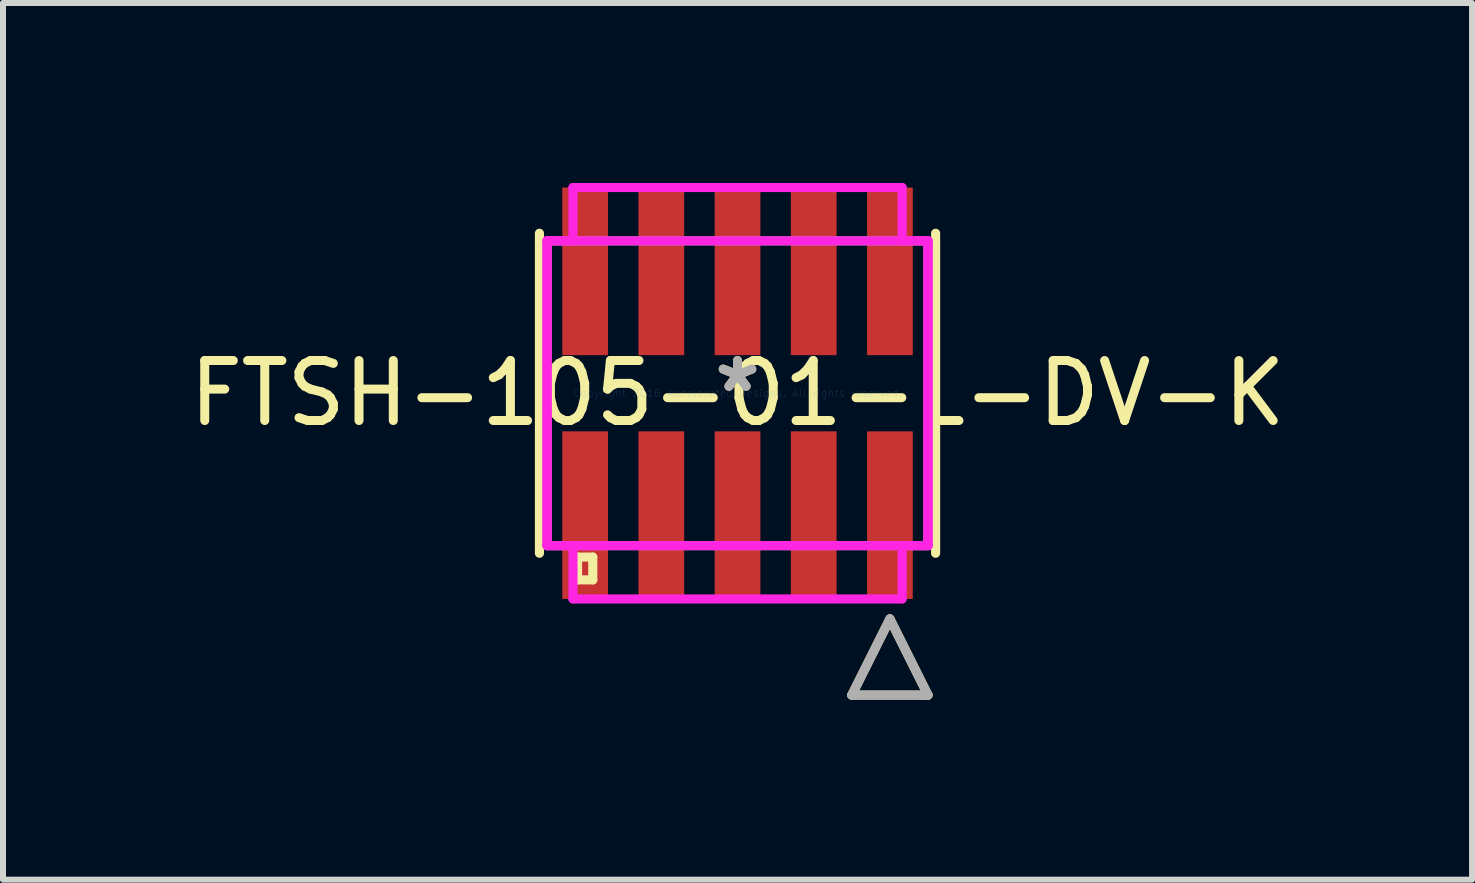
<source format=kicad_pcb>
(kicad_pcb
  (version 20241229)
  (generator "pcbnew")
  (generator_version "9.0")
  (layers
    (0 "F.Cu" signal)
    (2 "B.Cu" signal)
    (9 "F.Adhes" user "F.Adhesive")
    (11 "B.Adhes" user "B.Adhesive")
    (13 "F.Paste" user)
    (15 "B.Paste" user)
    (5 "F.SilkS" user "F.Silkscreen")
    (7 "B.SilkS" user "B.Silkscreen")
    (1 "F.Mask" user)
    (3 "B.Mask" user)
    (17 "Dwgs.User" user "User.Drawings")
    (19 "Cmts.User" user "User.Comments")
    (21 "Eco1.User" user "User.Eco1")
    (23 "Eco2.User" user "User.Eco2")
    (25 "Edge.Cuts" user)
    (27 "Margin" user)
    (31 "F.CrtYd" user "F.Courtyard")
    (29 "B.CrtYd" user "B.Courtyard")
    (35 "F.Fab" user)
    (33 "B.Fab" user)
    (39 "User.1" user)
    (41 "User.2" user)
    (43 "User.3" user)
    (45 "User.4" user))
  (footprint "FTSH-105-01-L-DV-K"
    (layer "F.Cu")
    (at 9.244 3.505)
    (property "Reference" "FTSH-105-01-L-DV-K" (at 0 0 0) (layer "F.SilkS") (effects (font (size 1 1) (thickness 0.15))))
    (attr through_hole)
    (fp_line (start -3.302 -2.667) (end -3.302 2.667) (stroke (width 0.152) (type solid)) (layer "F.SilkS"))
    (fp_line (start -2.667 2.731) (end -2.667 3.111) (stroke (width 0.152) (type solid)) (layer "F.SilkS"))
    (fp_line (start -2.667 3.111) (end -2.413 3.111) (stroke (width 0.152) (type solid)) (layer "F.SilkS"))
    (fp_line (start -2.413 2.731) (end -2.667 2.731) (stroke (width 0.152) (type solid)) (layer "F.SilkS"))
    (fp_line (start -2.413 3.111) (end -2.413 2.731) (stroke (width 0.152) (type solid)) (layer "F.SilkS"))
    (fp_line (start 1.905 5.032) (end 3.175 5.032) (stroke (width 0.152) (type solid)) (layer "F.SilkS"))
    (fp_line (start 2.54 3.762) (end 1.905 5.032) (stroke (width 0.152) (type solid)) (layer "F.SilkS"))
    (fp_line (start 3.175 5.032) (end 2.54 3.762) (stroke (width 0.152) (type solid)) (layer "F.SilkS"))
    (fp_line (start 3.302 2.667) (end 3.302 -2.667) (stroke (width 0.152) (type solid)) (layer "F.SilkS"))
    (fp_line (start -3.175 -2.54) (end -2.743 -2.54) (stroke (width 0.152) (type solid)) (layer "F.CrtYd"))
    (fp_line (start -3.175 -2.54) (end 3.175 -2.54) (stroke (width 0.152) (type solid)) (layer "F.CrtYd"))
    (fp_line (start -3.175 2.54) (end -3.175 -2.54) (stroke (width 0.152) (type solid)) (layer "F.CrtYd"))
    (fp_line (start -3.175 2.54) (end -3.175 -2.54) (stroke (width 0.152) (type solid)) (layer "F.CrtYd"))
    (fp_line (start -2.743 -3.429) (end 2.743 -3.429) (stroke (width 0.152) (type solid)) (layer "F.CrtYd"))
    (fp_line (start -2.743 -2.54) (end -2.743 -3.429) (stroke (width 0.152) (type solid)) (layer "F.CrtYd"))
    (fp_line (start -2.743 2.54) (end -3.175 2.54) (stroke (width 0.152) (type solid)) (layer "F.CrtYd"))
    (fp_line (start -2.743 3.429) (end -2.743 2.54) (stroke (width 0.152) (type solid)) (layer "F.CrtYd"))
    (fp_line (start 2.743 -3.429) (end 2.743 -2.54) (stroke (width 0.152) (type solid)) (layer "F.CrtYd"))
    (fp_line (start 2.743 -2.54) (end 3.175 -2.54) (stroke (width 0.152) (type solid)) (layer "F.CrtYd"))
    (fp_line (start 2.743 2.54) (end 2.743 3.429) (stroke (width 0.152) (type solid)) (layer "F.CrtYd"))
    (fp_line (start 2.743 3.429) (end -2.743 3.429) (stroke (width 0.152) (type solid)) (layer "F.CrtYd"))
    (fp_line (start 3.175 -2.54) (end 3.175 2.54) (stroke (width 0.152) (type solid)) (layer "F.CrtYd"))
    (fp_line (start 3.175 -2.54) (end 3.175 2.54) (stroke (width 0.152) (type solid)) (layer "F.CrtYd"))
    (fp_line (start 3.175 2.54) (end -3.175 2.54) (stroke (width 0.152) (type solid)) (layer "F.CrtYd"))
    (fp_line (start 3.175 2.54) (end 2.743 2.54) (stroke (width 0.152) (type solid)) (layer "F.CrtYd"))
    (fp_line (start -3.175 -2.54) (end -3.175 2.54) (stroke (width 0.152) (type solid)) (layer "F.Fab"))
    (fp_line (start -3.175 2.54) (end 3.175 2.54) (stroke (width 0.152) (type solid)) (layer "F.Fab"))
    (fp_line (start 1.905 5.032) (end 3.175 5.032) (stroke (width 0.152) (type solid)) (layer "F.Fab"))
    (fp_line (start 2.54 3.762) (end 1.905 5.032) (stroke (width 0.152) (type solid)) (layer "F.Fab"))
    (fp_line (start 3.175 -2.54) (end -3.175 -2.54) (stroke (width 0.152) (type solid)) (layer "F.Fab"))
    (fp_line (start 3.175 2.54) (end 3.175 -2.54) (stroke (width 0.152) (type solid)) (layer "F.Fab"))
    (fp_line (start 3.175 5.032) (end 2.54 3.762) (stroke (width 0.152) (type solid)) (layer "F.Fab"))
    (fp_text user "*" (at 0 0 0) (layer "F.SilkS") (effects (font (size 1 1) (thickness 0.15))))
    (fp_text user "Copyright 2016 Accelerated Designs. All rights reserved." (at 0 0 0) (layer "Cmts.User") (effects (font (size 0.127 0.127) (thickness 0.002))))
    (fp_text user "*" (at 0 0 0) (layer "F.Fab") (effects (font (size 1 1) (thickness 0.15))))
    (pad "1" smd rect (at 2.54 2.032) (size 0.762 2.794) (layers "F.Cu" "F.Mask" "F.Paste"))
    (pad "2" smd rect (at 2.54 -2.032) (size 0.762 2.794) (layers "F.Cu" "F.Mask" "F.Paste"))
    (pad "3" smd rect (at 1.27 2.032) (size 0.762 2.794) (layers "F.Cu" "F.Mask" "F.Paste"))
    (pad "4" smd rect (at 1.27 -2.032) (size 0.762 2.794) (layers "F.Cu" "F.Mask" "F.Paste"))
    (pad "5" smd rect (at 0 2.032) (size 0.762 2.794) (layers "F.Cu" "F.Mask" "F.Paste"))
    (pad "6" smd rect (at 0 -2.032) (size 0.762 2.794) (layers "F.Cu" "F.Mask" "F.Paste"))
    (pad "7" smd rect (at -1.27 2.032) (size 0.762 2.794) (layers "F.Cu" "F.Mask" "F.Paste"))
    (pad "8" smd rect (at -1.27 -2.032) (size 0.762 2.794) (layers "F.Cu" "F.Mask" "F.Paste"))
    (pad "9" smd rect (at -2.54 2.032) (size 0.762 2.794) (layers "F.Cu" "F.Mask" "F.Paste"))
    (pad "10" smd rect (at -2.54 -2.032) (size 0.762 2.794) (layers "F.Cu" "F.Mask" "F.Paste")))
  (gr_rect
    (start -3 -3)
    (end 21.488 11.613)
    (stroke (width 0.1) (type default))
    (fill no)
    (layer "Edge.Cuts")))
</source>
